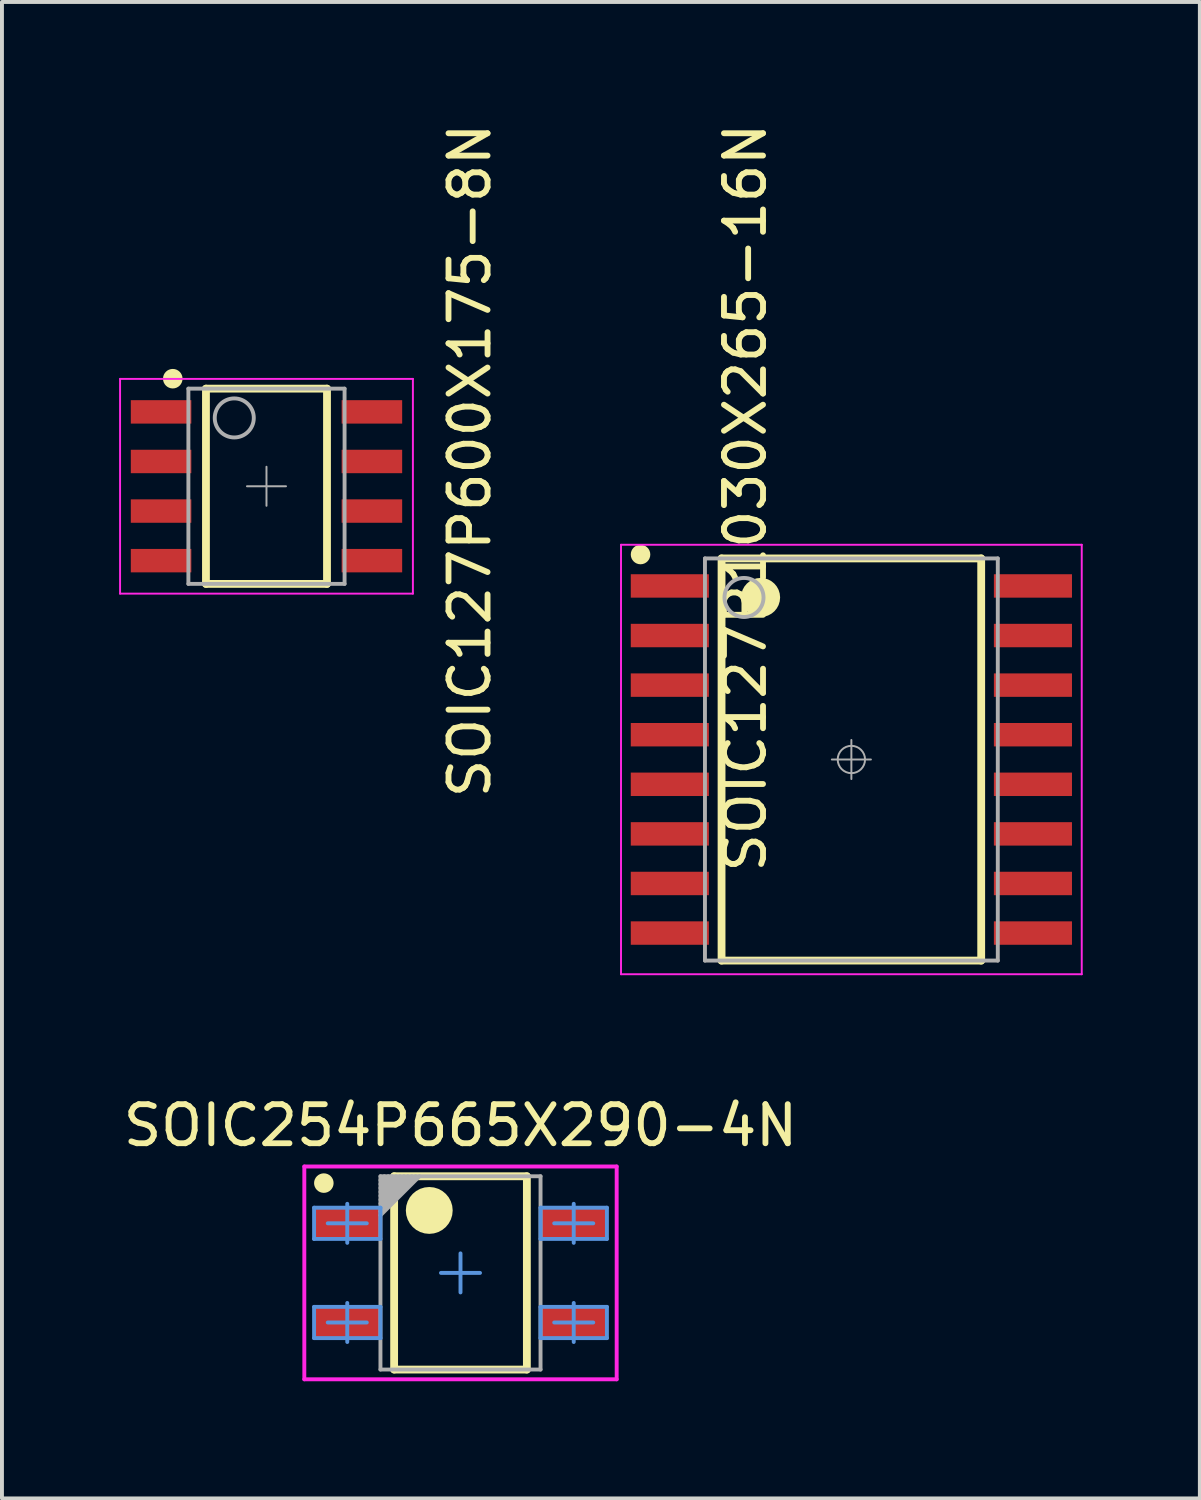
<source format=kicad_pcb>
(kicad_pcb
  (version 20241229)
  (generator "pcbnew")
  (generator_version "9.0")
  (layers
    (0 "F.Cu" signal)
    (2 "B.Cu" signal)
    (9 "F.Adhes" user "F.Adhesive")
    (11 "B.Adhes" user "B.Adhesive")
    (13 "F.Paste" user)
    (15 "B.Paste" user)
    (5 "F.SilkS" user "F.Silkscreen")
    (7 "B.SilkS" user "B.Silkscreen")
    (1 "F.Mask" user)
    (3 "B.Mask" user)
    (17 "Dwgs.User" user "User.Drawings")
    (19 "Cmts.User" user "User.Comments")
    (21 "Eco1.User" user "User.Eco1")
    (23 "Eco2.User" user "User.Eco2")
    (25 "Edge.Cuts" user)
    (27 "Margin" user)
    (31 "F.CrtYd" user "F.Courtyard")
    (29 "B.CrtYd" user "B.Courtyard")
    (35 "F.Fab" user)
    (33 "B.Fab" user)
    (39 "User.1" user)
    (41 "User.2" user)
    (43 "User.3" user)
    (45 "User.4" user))
  (footprint "SOIC127P1030X265-16N"
    (layer "F.Cu")
    (at 18.755 16.402)
    (property "Reference" "SOIC127P1030X265-16N" (at -2.718 -6.706 270) (layer "F.SilkS") (effects (font (size 1 1) (thickness 0.15))))
    (attr smd)
    (fp_line (start -3.325 -5.15) (end 3.325 -5.15) (stroke (width 0.2) (type solid)) (layer "F.SilkS"))
    (fp_line (start -3.325 5.15) (end -3.325 -5.15) (stroke (width 0.2) (type solid)) (layer "F.SilkS"))
    (fp_line (start -3.325 5.15) (end 3.325 5.15) (stroke (width 0.2) (type solid)) (layer "F.SilkS"))
    (fp_line (start 3.325 5.15) (end 3.325 -5.15) (stroke (width 0.2) (type solid)) (layer "F.SilkS"))
    (fp_circle (center -5.4 -5.25) (end -5.275 -5.25) (stroke (width 0.25) (type solid)) (fill no) (layer "F.SilkS"))
    (fp_circle (center -2.325 -4.15) (end -2.075 -4.15) (stroke (width 0.5) (type solid)) (fill no) (layer "F.SilkS"))
    (fp_line (start -5.9 -5.5) (end 5.9 -5.5) (stroke (width 0.05) (type solid)) (layer "F.CrtYd"))
    (fp_line (start -5.9 5.5) (end -5.9 -5.5) (stroke (width 0.05) (type solid)) (layer "F.CrtYd"))
    (fp_line (start -5.9 5.5) (end 5.9 5.5) (stroke (width 0.05) (type solid)) (layer "F.CrtYd"))
    (fp_line (start 5.9 5.5) (end 5.9 -5.5) (stroke (width 0.05) (type solid)) (layer "F.CrtYd"))
    (fp_line (start -3.75 -5.15) (end 3.75 -5.15) (stroke (width 0.1) (type solid)) (layer "F.Fab"))
    (fp_line (start -3.75 5.15) (end -3.75 -5.15) (stroke (width 0.1) (type solid)) (layer "F.Fab"))
    (fp_line (start -3.75 5.15) (end 3.75 5.15) (stroke (width 0.1) (type solid)) (layer "F.Fab"))
    (fp_line (start -0.5 0) (end 0.5 0) (stroke (width 0.05) (type solid)) (layer "F.Fab"))
    (fp_line (start 0 0.5) (end 0 -0.5) (stroke (width 0.05) (type solid)) (layer "F.Fab"))
    (fp_line (start 3.75 5.15) (end 3.75 -5.15) (stroke (width 0.1) (type solid)) (layer "F.Fab"))
    (fp_circle (center -2.75 -4.15) (end -2.25 -4.15) (stroke (width 0.1) (type solid)) (fill no) (layer "F.Fab"))
    (fp_circle (center 0 0) (end 0.35 0) (stroke (width 0.05) (type solid)) (fill no) (layer "F.Fab"))
    (pad "1" smd rect (at -4.65 -4.445) (size 2 0.6) (layers "F.Cu" "F.Mask" "F.Paste"))
    (pad "2" smd rect (at -4.65 -3.175) (size 2 0.6) (layers "F.Cu" "F.Mask" "F.Paste"))
    (pad "3" smd rect (at -4.65 -1.905) (size 2 0.6) (layers "F.Cu" "F.Mask" "F.Paste"))
    (pad "4" smd rect (at -4.65 -0.635) (size 2 0.6) (layers "F.Cu" "F.Mask" "F.Paste"))
    (pad "5" smd rect (at -4.65 0.635) (size 2 0.6) (layers "F.Cu" "F.Mask" "F.Paste"))
    (pad "6" smd rect (at -4.65 1.905) (size 2 0.6) (layers "F.Cu" "F.Mask" "F.Paste"))
    (pad "7" smd rect (at -4.65 3.175) (size 2 0.6) (layers "F.Cu" "F.Mask" "F.Paste"))
    (pad "8" smd rect (at -4.65 4.445) (size 2 0.6) (layers "F.Cu" "F.Mask" "F.Paste"))
    (pad "9" smd rect (at 4.65 4.445) (size 2 0.6) (layers "F.Cu" "F.Mask" "F.Paste"))
    (pad "10" smd rect (at 4.65 3.175) (size 2 0.6) (layers "F.Cu" "F.Mask" "F.Paste"))
    (pad "11" smd rect (at 4.65 1.905) (size 2 0.6) (layers "F.Cu" "F.Mask" "F.Paste"))
    (pad "12" smd rect (at 4.65 0.635) (size 2 0.6) (layers "F.Cu" "F.Mask" "F.Paste"))
    (pad "13" smd rect (at 4.65 -0.635) (size 2 0.6) (layers "F.Cu" "F.Mask" "F.Paste"))
    (pad "14" smd rect (at 4.65 -1.905) (size 2 0.6) (layers "F.Cu" "F.Mask" "F.Paste"))
    (pad "15" smd rect (at 4.65 -3.175) (size 2 0.6) (layers "F.Cu" "F.Mask" "F.Paste"))
    (pad "16" smd rect (at 4.65 -4.445) (size 2 0.6) (layers "F.Cu" "F.Mask" "F.Paste")))
  (footprint "SOIC254P665X290-4N"
    (layer "F.Cu")
    (at 8.744 29.551)
    (property "Reference" "SOIC254P665X290-4N" (at 0 -3.776 0) (layer "F.SilkS") (effects (font (size 1 1) (thickness 0.15))))
    (attr smd)
    (fp_line (start -1.7 -2.475) (end 1.7 -2.475) (stroke (width 0.2) (type solid)) (layer "F.SilkS"))
    (fp_line (start -1.7 2.475) (end -1.7 -2.475) (stroke (width 0.2) (type solid)) (layer "F.SilkS"))
    (fp_line (start -1.7 2.475) (end 1.7 2.475) (stroke (width 0.2) (type solid)) (layer "F.SilkS"))
    (fp_line (start 1.7 2.475) (end 1.7 -2.475) (stroke (width 0.2) (type solid)) (layer "F.SilkS"))
    (fp_circle (center -3.5 -2.3) (end -3.375 -2.3) (stroke (width 0.25) (type solid)) (fill no) (layer "F.SilkS"))
    (fp_circle (center -0.8 -1.6) (end -0.5 -1.6) (stroke (width 0.6) (type solid)) (fill no) (layer "F.SilkS"))
    (fp_line (start -3.75 -1.67) (end -2.05 -1.67) (stroke (width 0.1) (type solid)) (layer "Cmts.User"))
    (fp_line (start -3.75 -0.87) (end -3.75 -1.67) (stroke (width 0.1) (type solid)) (layer "Cmts.User"))
    (fp_line (start -3.75 -0.87) (end -2.05 -0.87) (stroke (width 0.1) (type solid)) (layer "Cmts.User"))
    (fp_line (start -3.75 0.87) (end -2.05 0.87) (stroke (width 0.1) (type solid)) (layer "Cmts.User"))
    (fp_line (start -3.75 1.67) (end -3.75 0.87) (stroke (width 0.1) (type solid)) (layer "Cmts.User"))
    (fp_line (start -3.75 1.67) (end -2.05 1.67) (stroke (width 0.1) (type solid)) (layer "Cmts.User"))
    (fp_line (start -3.4 -1.27) (end -2.9 -1.27) (stroke (width 0.1) (type solid)) (layer "Cmts.User"))
    (fp_line (start -3.4 1.27) (end -2.9 1.27) (stroke (width 0.1) (type solid)) (layer "Cmts.User"))
    (fp_line (start -2.9 -1.27) (end -2.9 -1.77) (stroke (width 0.1) (type solid)) (layer "Cmts.User"))
    (fp_line (start -2.9 -1.27) (end -2.4 -1.27) (stroke (width 0.1) (type solid)) (layer "Cmts.User"))
    (fp_line (start -2.9 -0.77) (end -2.9 -1.27) (stroke (width 0.1) (type solid)) (layer "Cmts.User"))
    (fp_line (start -2.9 1.27) (end -2.9 0.77) (stroke (width 0.1) (type solid)) (layer "Cmts.User"))
    (fp_line (start -2.9 1.27) (end -2.4 1.27) (stroke (width 0.1) (type solid)) (layer "Cmts.User"))
    (fp_line (start -2.9 1.77) (end -2.9 1.27) (stroke (width 0.1) (type solid)) (layer "Cmts.User"))
    (fp_line (start -2.05 -0.87) (end -2.05 -1.67) (stroke (width 0.1) (type solid)) (layer "Cmts.User"))
    (fp_line (start -2.05 1.67) (end -2.05 0.87) (stroke (width 0.1) (type solid)) (layer "Cmts.User"))
    (fp_line (start -0.5 0) (end 0 0) (stroke (width 0.1) (type solid)) (layer "Cmts.User"))
    (fp_line (start 0 0) (end 0 -0.5) (stroke (width 0.1) (type solid)) (layer "Cmts.User"))
    (fp_line (start 0 0) (end 0.5 0) (stroke (width 0.1) (type solid)) (layer "Cmts.User"))
    (fp_line (start 0 0.5) (end 0 0) (stroke (width 0.1) (type solid)) (layer "Cmts.User"))
    (fp_line (start 2.05 -1.67) (end 3.75 -1.67) (stroke (width 0.1) (type solid)) (layer "Cmts.User"))
    (fp_line (start 2.05 -0.87) (end 2.05 -1.67) (stroke (width 0.1) (type solid)) (layer "Cmts.User"))
    (fp_line (start 2.05 -0.87) (end 3.75 -0.87) (stroke (width 0.1) (type solid)) (layer "Cmts.User"))
    (fp_line (start 2.05 0.87) (end 3.75 0.87) (stroke (width 0.1) (type solid)) (layer "Cmts.User"))
    (fp_line (start 2.05 1.67) (end 2.05 0.87) (stroke (width 0.1) (type solid)) (layer "Cmts.User"))
    (fp_line (start 2.05 1.67) (end 3.75 1.67) (stroke (width 0.1) (type solid)) (layer "Cmts.User"))
    (fp_line (start 2.4 -1.27) (end 2.9 -1.27) (stroke (width 0.1) (type solid)) (layer "Cmts.User"))
    (fp_line (start 2.4 1.27) (end 2.9 1.27) (stroke (width 0.1) (type solid)) (layer "Cmts.User"))
    (fp_line (start 2.9 -1.27) (end 2.9 -1.77) (stroke (width 0.1) (type solid)) (layer "Cmts.User"))
    (fp_line (start 2.9 -1.27) (end 3.4 -1.27) (stroke (width 0.1) (type solid)) (layer "Cmts.User"))
    (fp_line (start 2.9 -0.77) (end 2.9 -1.27) (stroke (width 0.1) (type solid)) (layer "Cmts.User"))
    (fp_line (start 2.9 1.27) (end 2.9 0.77) (stroke (width 0.1) (type solid)) (layer "Cmts.User"))
    (fp_line (start 2.9 1.27) (end 3.4 1.27) (stroke (width 0.1) (type solid)) (layer "Cmts.User"))
    (fp_line (start 2.9 1.77) (end 2.9 1.27) (stroke (width 0.1) (type solid)) (layer "Cmts.User"))
    (fp_line (start 3.75 -0.87) (end 3.75 -1.67) (stroke (width 0.1) (type solid)) (layer "Cmts.User"))
    (fp_line (start 3.75 1.67) (end 3.75 0.87) (stroke (width 0.1) (type solid)) (layer "Cmts.User"))
    (fp_line (start -4 -2.725) (end 4 -2.725) (stroke (width 0.1) (type solid)) (layer "F.CrtYd"))
    (fp_line (start -4 2.725) (end -4 -2.725) (stroke (width 0.1) (type solid)) (layer "F.CrtYd"))
    (fp_line (start -4 2.725) (end 4 2.725) (stroke (width 0.1) (type solid)) (layer "F.CrtYd"))
    (fp_line (start 4 2.725) (end 4 -2.725) (stroke (width 0.1) (type solid)) (layer "F.CrtYd"))
    (fp_line (start -2.05 -2.475) (end 2.05 -2.475) (stroke (width 0.1) (type solid)) (layer "F.Fab"))
    (fp_line (start -2.05 -2.375) (end -1.95 -2.475) (stroke (width 0.1) (type solid)) (layer "F.Fab"))
    (fp_line (start -2.05 -2.275) (end -1.85 -2.475) (stroke (width 0.1) (type solid)) (layer "F.Fab"))
    (fp_line (start -2.05 -2.175) (end -1.75 -2.475) (stroke (width 0.1) (type solid)) (layer "F.Fab"))
    (fp_line (start -2.05 -2.075) (end -1.65 -2.475) (stroke (width 0.1) (type solid)) (layer "F.Fab"))
    (fp_line (start -2.05 -1.975) (end -1.55 -2.475) (stroke (width 0.1) (type solid)) (layer "F.Fab"))
    (fp_line (start -2.05 -1.875) (end -1.45 -2.475) (stroke (width 0.1) (type solid)) (layer "F.Fab"))
    (fp_line (start -2.05 -1.775) (end -1.35 -2.475) (stroke (width 0.1) (type solid)) (layer "F.Fab"))
    (fp_line (start -2.05 -1.675) (end -1.25 -2.475) (stroke (width 0.1) (type solid)) (layer "F.Fab"))
    (fp_line (start -2.05 -1.575) (end -1.15 -2.475) (stroke (width 0.1) (type solid)) (layer "F.Fab"))
    (fp_line (start -2.05 -1.475) (end -1.05 -2.475) (stroke (width 0.1) (type solid)) (layer "F.Fab"))
    (fp_line (start -2.05 2.475) (end -2.05 -2.475) (stroke (width 0.1) (type solid)) (layer "F.Fab"))
    (fp_line (start -2.05 2.475) (end 2.05 2.475) (stroke (width 0.1) (type solid)) (layer "F.Fab"))
    (fp_line (start 2.05 2.475) (end 2.05 -2.475) (stroke (width 0.1) (type solid)) (layer "F.Fab"))
    (pad "1" smd rect (at -2.9 -1.27) (size 1.75 0.85) (layers "F.Cu" "F.Mask" "F.Paste"))
    (pad "2" smd rect (at -2.9 1.27) (size 1.75 0.85) (layers "F.Cu" "F.Mask" "F.Paste"))
    (pad "3" smd rect (at 2.9 1.27) (size 1.75 0.85) (layers "F.Cu" "F.Mask" "F.Paste"))
    (pad "4" smd rect (at 2.9 -1.27) (size 1.75 0.85) (layers "F.Cu" "F.Mask" "F.Paste")))
  (footprint "SOIC127P600X175-8N"
    (layer "F.Cu")
    (at 3.775 9.404)
    (property "Reference" "SOIC127P600X175-8N" (at 5.207 -0.66 270) (layer "F.SilkS") (effects (font (size 1 1) (thickness 0.15))))
    (attr smd)
    (fp_line (start -1.55 -2.5) (end 1.55 -2.5) (stroke (width 0.2) (type solid)) (layer "F.SilkS"))
    (fp_line (start -1.55 2.5) (end -1.55 -2.5) (stroke (width 0.2) (type solid)) (layer "F.SilkS"))
    (fp_line (start -1.55 2.5) (end 1.55 2.5) (stroke (width 0.2) (type solid)) (layer "F.SilkS"))
    (fp_line (start 1.55 2.5) (end 1.55 -2.5) (stroke (width 0.2) (type solid)) (layer "F.SilkS"))
    (fp_circle (center -2.4 -2.755) (end -2.275 -2.755) (stroke (width 0.25) (type solid)) (fill no) (layer "F.SilkS"))
    (fp_line (start -3.75 -2.75) (end 3.75 -2.75) (stroke (width 0.05) (type solid)) (layer "F.CrtYd"))
    (fp_line (start -3.75 2.75) (end -3.75 -2.75) (stroke (width 0.05) (type solid)) (layer "F.CrtYd"))
    (fp_line (start -3.75 2.75) (end 3.75 2.75) (stroke (width 0.05) (type solid)) (layer "F.CrtYd"))
    (fp_line (start 3.75 2.75) (end 3.75 -2.75) (stroke (width 0.05) (type solid)) (layer "F.CrtYd"))
    (fp_line (start -2 -2.5) (end 2 -2.5) (stroke (width 0.1) (type solid)) (layer "F.Fab"))
    (fp_line (start -2 2.5) (end -2 -2.5) (stroke (width 0.1) (type solid)) (layer "F.Fab"))
    (fp_line (start -2 2.5) (end 2 2.5) (stroke (width 0.1) (type solid)) (layer "F.Fab"))
    (fp_line (start -0.5 0) (end 0.5 0) (stroke (width 0.05) (type solid)) (layer "F.Fab"))
    (fp_line (start 0 0.5) (end 0 -0.5) (stroke (width 0.05) (type solid)) (layer "F.Fab"))
    (fp_line (start 2 2.5) (end 2 -2.5) (stroke (width 0.1) (type solid)) (layer "F.Fab"))
    (fp_circle (center -0.825 -1.75) (end -0.325 -1.75) (stroke (width 0.1) (type solid)) (fill no) (layer "F.Fab"))
    (pad "1" smd rect (at -2.7 -1.905 90) (size 0.6 1.55) (layers "F.Cu" "F.Mask" "F.Paste"))
    (pad "2" smd rect (at -2.7 -0.635 90) (size 0.6 1.55) (layers "F.Cu" "F.Mask" "F.Paste"))
    (pad "3" smd rect (at -2.7 0.635 90) (size 0.6 1.55) (layers "F.Cu" "F.Mask" "F.Paste"))
    (pad "4" smd rect (at -2.7 1.905 90) (size 0.6 1.55) (layers "F.Cu" "F.Mask" "F.Paste"))
    (pad "5" smd rect (at 2.7 1.905 90) (size 0.6 1.55) (layers "F.Cu" "F.Mask" "F.Paste"))
    (pad "6" smd rect (at 2.7 0.635 90) (size 0.6 1.55) (layers "F.Cu" "F.Mask" "F.Paste"))
    (pad "7" smd rect (at 2.7 -0.635 90) (size 0.6 1.55) (layers "F.Cu" "F.Mask" "F.Paste"))
    (pad "8" smd rect (at 2.7 -1.905 90) (size 0.6 1.55) (layers "F.Cu" "F.Mask" "F.Paste")))
  (gr_rect
    (start -3 -3)
    (end 27.68 35.326)
    (stroke (width 0.1) (type default))
    (fill no)
    (layer "Edge.Cuts")))
</source>
